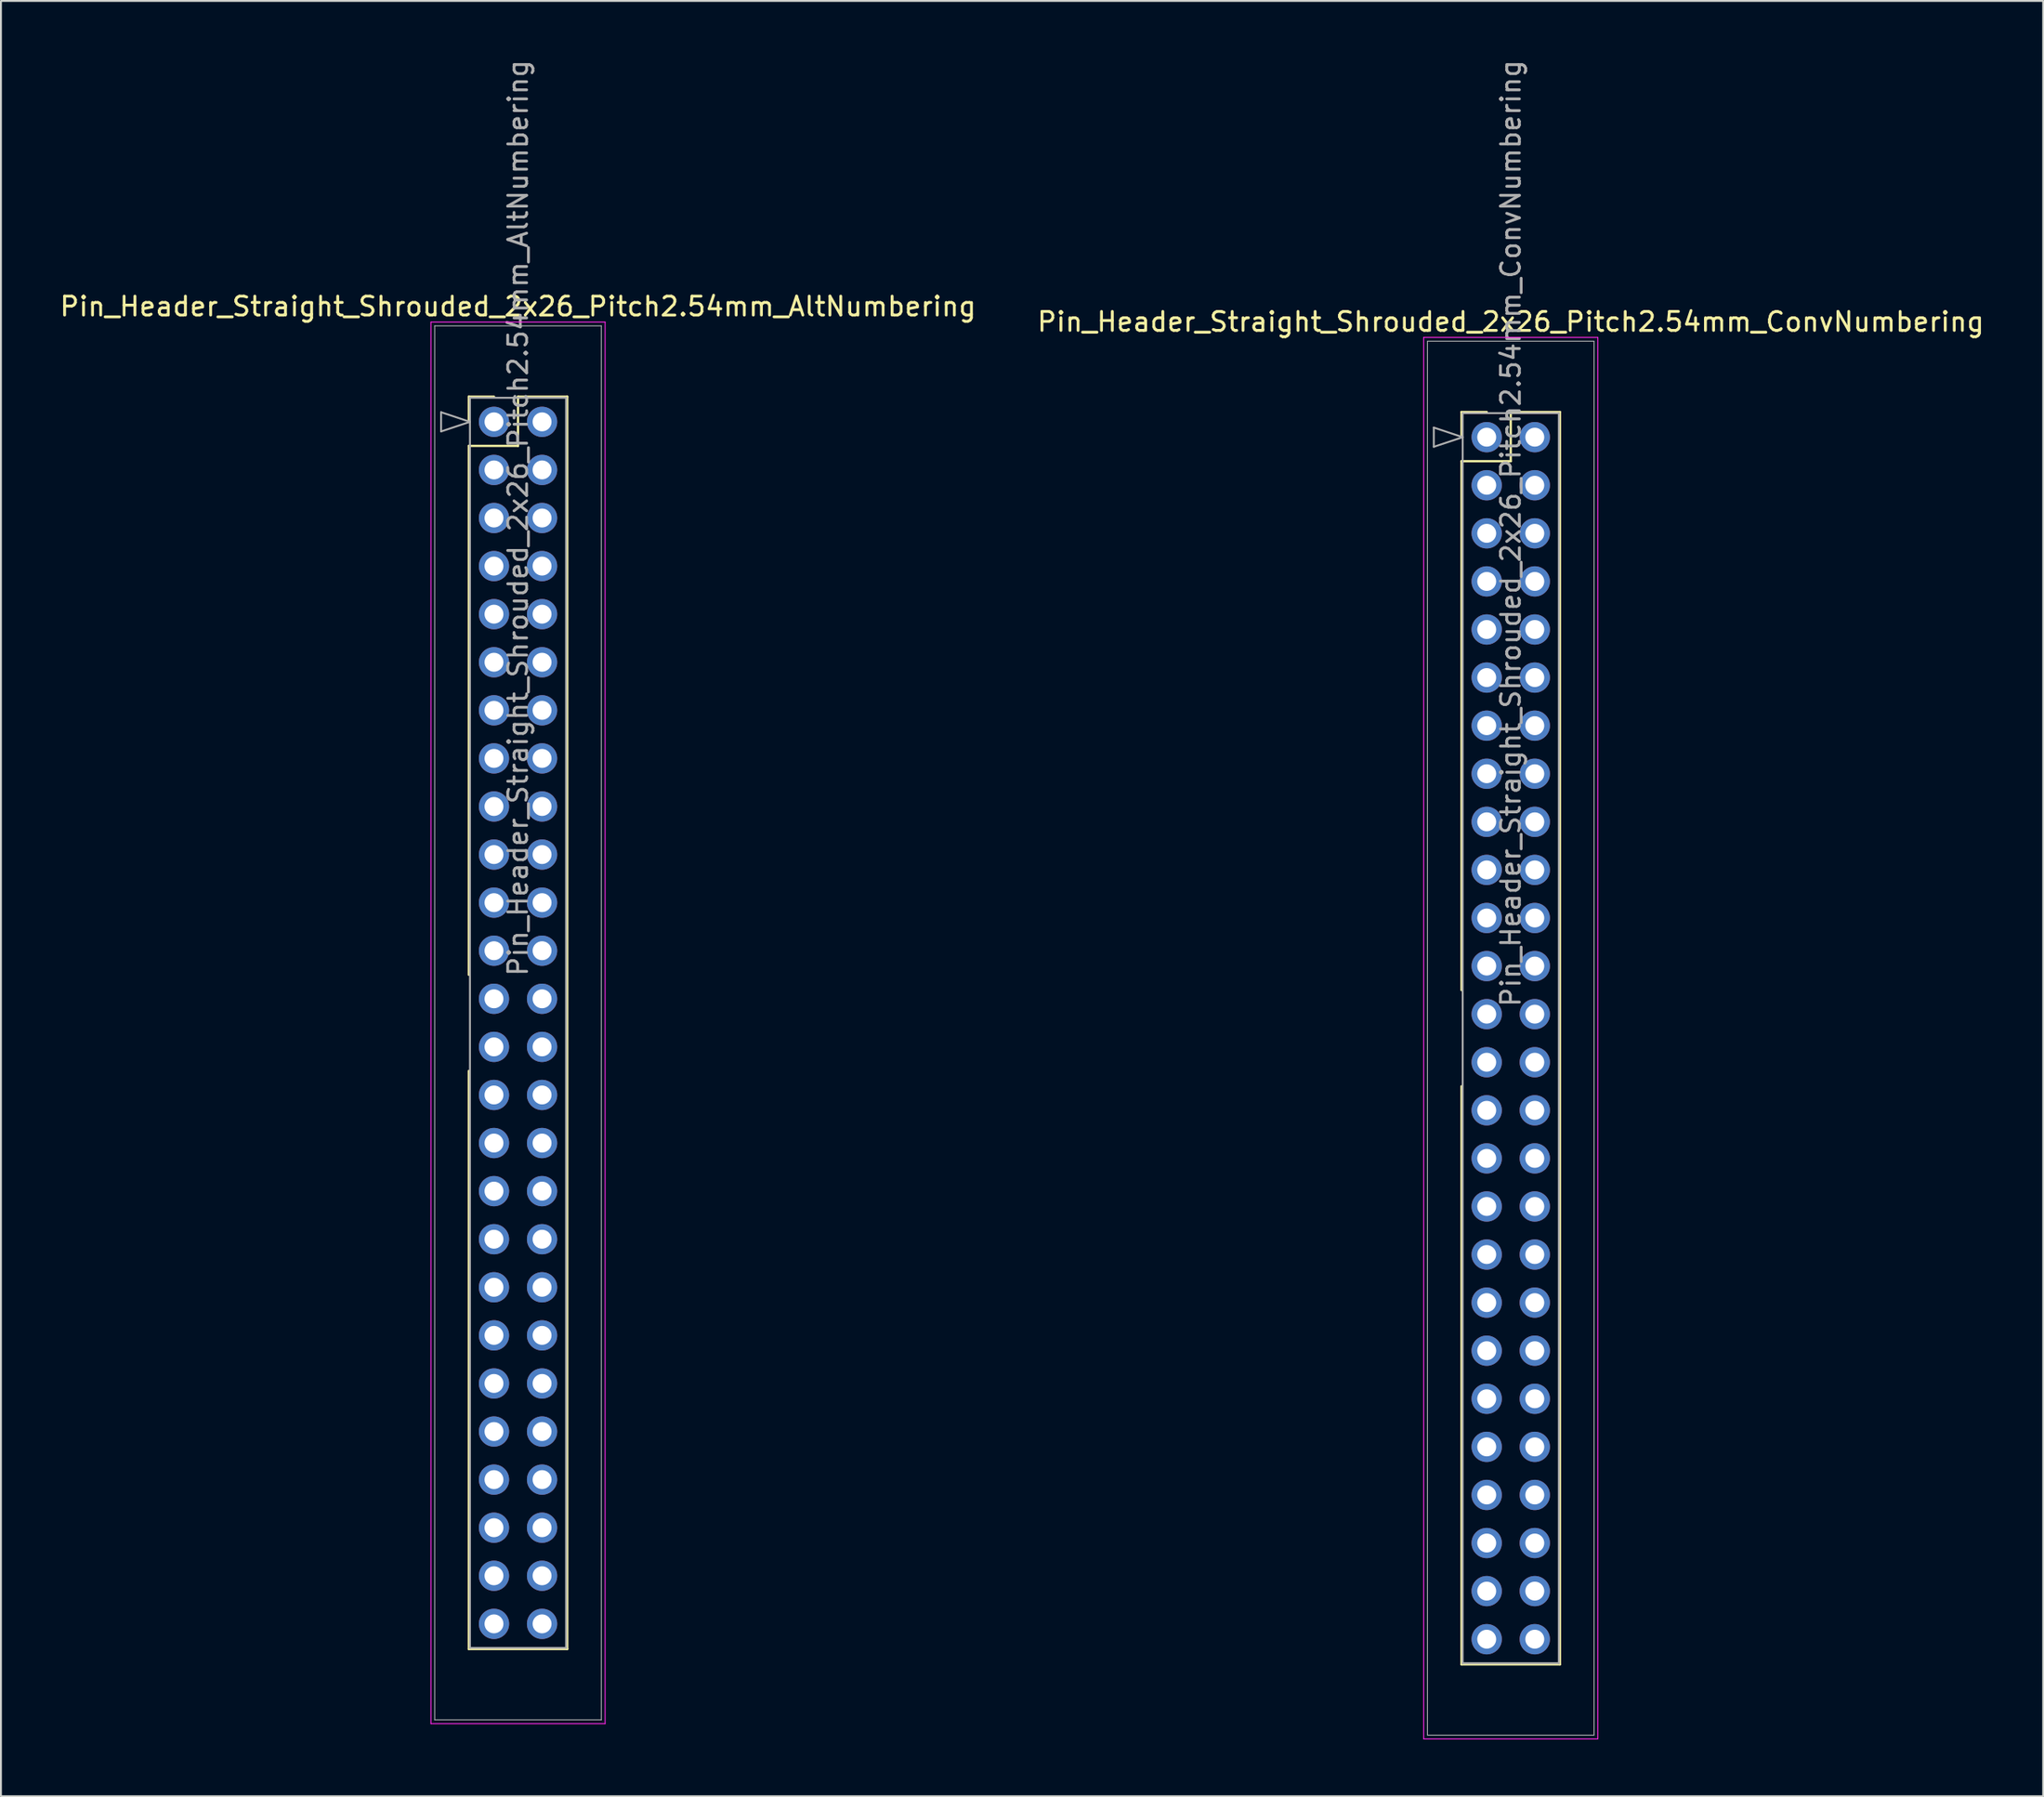
<source format=kicad_pcb>
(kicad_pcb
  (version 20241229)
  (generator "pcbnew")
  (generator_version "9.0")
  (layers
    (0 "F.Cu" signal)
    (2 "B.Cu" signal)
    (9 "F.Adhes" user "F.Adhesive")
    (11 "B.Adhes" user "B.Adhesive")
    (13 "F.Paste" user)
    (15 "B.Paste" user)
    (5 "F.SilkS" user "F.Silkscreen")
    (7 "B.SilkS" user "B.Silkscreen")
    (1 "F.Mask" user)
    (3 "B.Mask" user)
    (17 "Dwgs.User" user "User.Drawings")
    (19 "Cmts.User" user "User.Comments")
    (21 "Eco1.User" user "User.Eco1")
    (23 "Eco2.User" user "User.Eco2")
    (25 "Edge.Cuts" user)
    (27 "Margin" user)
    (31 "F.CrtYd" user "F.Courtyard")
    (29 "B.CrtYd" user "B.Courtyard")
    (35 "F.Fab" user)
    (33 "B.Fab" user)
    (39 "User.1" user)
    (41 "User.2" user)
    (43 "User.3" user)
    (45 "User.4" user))
  (footprint "Pin_Header_Straight_Shrouded_2x26_Pitch2.54mm_ConvNumbering"
    (layer "F.Cu")
    (at 75.486 20.045)
    (property "Reference" "Pin_Header_Straight_Shrouded_2x26_Pitch2.54mm_ConvNumbering" (at 1.27 -6.096 0) (layer "F.SilkS") (effects (font (size 1 1) (thickness 0.15))))
    (attr through_hole)
    (fp_line (start -1.33 -1.33) (end 0 -1.33) (stroke (width 0.12) (type solid)) (layer "F.SilkS"))
    (fp_line (start -1.33 0) (end -1.33 -1.33) (stroke (width 0.12) (type solid)) (layer "F.SilkS"))
    (fp_line (start -1.33 1.27) (end -1.33 29.21) (stroke (width 0.12) (type solid)) (layer "F.SilkS"))
    (fp_line (start -1.33 1.27) (end 1.27 1.27) (stroke (width 0.12) (type solid)) (layer "F.SilkS"))
    (fp_line (start -1.33 34.29) (end -1.33 64.83) (stroke (width 0.12) (type solid)) (layer "F.SilkS"))
    (fp_line (start -1.33 64.83) (end 3.87 64.83) (stroke (width 0.12) (type solid)) (layer "F.SilkS"))
    (fp_line (start 1.27 -1.33) (end 3.87 -1.33) (stroke (width 0.12) (type solid)) (layer "F.SilkS"))
    (fp_line (start 1.27 1.27) (end 1.27 -1.33) (stroke (width 0.12) (type solid)) (layer "F.SilkS"))
    (fp_line (start 3.87 -1.33) (end 3.87 64.83) (stroke (width 0.12) (type solid)) (layer "F.SilkS"))
    (fp_line (start -3.33 -5.27) (end -3.33 68.77) (stroke (width 0.05) (type solid)) (layer "F.CrtYd"))
    (fp_line (start -3.33 68.77) (end 5.87 68.77) (stroke (width 0.05) (type solid)) (layer "F.CrtYd"))
    (fp_line (start 5.87 -5.27) (end -3.33 -5.27) (stroke (width 0.05) (type solid)) (layer "F.CrtYd"))
    (fp_line (start 5.87 68.77) (end 5.87 -5.27) (stroke (width 0.05) (type solid)) (layer "F.CrtYd"))
    (fp_line (start -3.13 -5.07) (end -3.13 68.57) (stroke (width 0.05) (type solid)) (layer "F.Fab"))
    (fp_line (start -3.13 68.57) (end 5.67 68.57) (stroke (width 0.05) (type solid)) (layer "F.Fab"))
    (fp_line (start -2.794 -0.508) (end -1.27 0) (stroke (width 0.1) (type solid)) (layer "F.Fab"))
    (fp_line (start -2.794 0.508) (end -2.794 -0.508) (stroke (width 0.1) (type solid)) (layer "F.Fab"))
    (fp_line (start -1.27 -1.27) (end -1.27 64.77) (stroke (width 0.1) (type solid)) (layer "F.Fab"))
    (fp_line (start -1.27 0) (end -2.794 0.508) (stroke (width 0.1) (type solid)) (layer "F.Fab"))
    (fp_line (start -1.27 64.77) (end 3.81 64.77) (stroke (width 0.1) (type solid)) (layer "F.Fab"))
    (fp_line (start 3.81 -1.27) (end -1.27 -1.27) (stroke (width 0.1) (type solid)) (layer "F.Fab"))
    (fp_line (start 3.81 64.77) (end 3.81 -1.27) (stroke (width 0.1) (type solid)) (layer "F.Fab"))
    (fp_line (start 5.67 -5.07) (end -3.13 -5.07) (stroke (width 0.05) (type solid)) (layer "F.Fab"))
    (fp_line (start 5.67 68.57) (end 5.67 -5.07) (stroke (width 0.05) (type solid)) (layer "F.Fab"))
    (fp_text user "${REFERENCE}" (at 1.27 5.08 90) (layer "F.Fab") (effects (font (size 1 1) (thickness 0.15))))
    (pad "1" thru_hole oval (at 0 0) (size 1.6 1.6) (drill 1) (layers "*.Cu" "*.Mask"))
    (pad "2" thru_hole oval (at 2.54 0) (size 1.6 1.6) (drill 1) (layers "*.Cu" "*.Mask"))
    (pad "3" thru_hole oval (at 0 2.54) (size 1.6 1.6) (drill 1) (layers "*.Cu" "*.Mask"))
    (pad "4" thru_hole oval (at 2.54 2.54) (size 1.6 1.6) (drill 1) (layers "*.Cu" "*.Mask"))
    (pad "5" thru_hole oval (at 0 5.08) (size 1.6 1.6) (drill 1) (layers "*.Cu" "*.Mask"))
    (pad "6" thru_hole oval (at 2.54 5.08) (size 1.6 1.6) (drill 1) (layers "*.Cu" "*.Mask"))
    (pad "7" thru_hole oval (at 0 7.62) (size 1.6 1.6) (drill 1) (layers "*.Cu" "*.Mask"))
    (pad "8" thru_hole oval (at 2.54 7.62) (size 1.6 1.6) (drill 1) (layers "*.Cu" "*.Mask"))
    (pad "9" thru_hole oval (at 0 10.16) (size 1.6 1.6) (drill 1) (layers "*.Cu" "*.Mask"))
    (pad "10" thru_hole oval (at 2.54 10.16) (size 1.6 1.6) (drill 1) (layers "*.Cu" "*.Mask"))
    (pad "11" thru_hole oval (at 0 12.7) (size 1.6 1.6) (drill 1) (layers "*.Cu" "*.Mask"))
    (pad "12" thru_hole oval (at 2.54 12.7) (size 1.6 1.6) (drill 1) (layers "*.Cu" "*.Mask"))
    (pad "13" thru_hole oval (at 0 15.24) (size 1.6 1.6) (drill 1) (layers "*.Cu" "*.Mask"))
    (pad "14" thru_hole oval (at 2.54 15.24) (size 1.6 1.6) (drill 1) (layers "*.Cu" "*.Mask"))
    (pad "15" thru_hole oval (at 0 17.78) (size 1.6 1.6) (drill 1) (layers "*.Cu" "*.Mask"))
    (pad "16" thru_hole oval (at 2.54 17.78) (size 1.6 1.6) (drill 1) (layers "*.Cu" "*.Mask"))
    (pad "17" thru_hole oval (at 0 20.32) (size 1.6 1.6) (drill 1) (layers "*.Cu" "*.Mask"))
    (pad "18" thru_hole oval (at 2.54 20.32) (size 1.6 1.6) (drill 1) (layers "*.Cu" "*.Mask"))
    (pad "19" thru_hole oval (at 0 22.86) (size 1.6 1.6) (drill 1) (layers "*.Cu" "*.Mask"))
    (pad "20" thru_hole oval (at 2.54 22.86) (size 1.6 1.6) (drill 1) (layers "*.Cu" "*.Mask"))
    (pad "21" thru_hole oval (at 0 25.4) (size 1.6 1.6) (drill 1) (layers "*.Cu" "*.Mask"))
    (pad "22" thru_hole oval (at 2.54 25.4) (size 1.6 1.6) (drill 1) (layers "*.Cu" "*.Mask"))
    (pad "23" thru_hole oval (at 0 27.94) (size 1.6 1.6) (drill 1) (layers "*.Cu" "*.Mask"))
    (pad "24" thru_hole oval (at 2.54 27.94) (size 1.6 1.6) (drill 1) (layers "*.Cu" "*.Mask"))
    (pad "25" thru_hole oval (at 0 30.48) (size 1.6 1.6) (drill 1) (layers "*.Cu" "*.Mask"))
    (pad "26" thru_hole oval (at 2.54 30.48) (size 1.6 1.6) (drill 1) (layers "*.Cu" "*.Mask"))
    (pad "27" thru_hole oval (at 0 33.02) (size 1.6 1.6) (drill 1) (layers "*.Cu" "*.Mask"))
    (pad "28" thru_hole oval (at 2.54 33.02) (size 1.6 1.6) (drill 1) (layers "*.Cu" "*.Mask"))
    (pad "29" thru_hole oval (at 0 35.56) (size 1.6 1.6) (drill 1) (layers "*.Cu" "*.Mask"))
    (pad "30" thru_hole oval (at 2.54 35.56) (size 1.6 1.6) (drill 1) (layers "*.Cu" "*.Mask"))
    (pad "31" thru_hole oval (at 0 38.1) (size 1.6 1.6) (drill 1) (layers "*.Cu" "*.Mask"))
    (pad "32" thru_hole oval (at 2.54 38.1) (size 1.6 1.6) (drill 1) (layers "*.Cu" "*.Mask"))
    (pad "33" thru_hole oval (at 0 40.64) (size 1.6 1.6) (drill 1) (layers "*.Cu" "*.Mask"))
    (pad "34" thru_hole oval (at 2.54 40.64) (size 1.6 1.6) (drill 1) (layers "*.Cu" "*.Mask"))
    (pad "35" thru_hole oval (at 0 43.18) (size 1.6 1.6) (drill 1) (layers "*.Cu" "*.Mask"))
    (pad "36" thru_hole oval (at 2.54 43.18) (size 1.6 1.6) (drill 1) (layers "*.Cu" "*.Mask"))
    (pad "37" thru_hole oval (at 0 45.72) (size 1.6 1.6) (drill 1) (layers "*.Cu" "*.Mask"))
    (pad "38" thru_hole oval (at 2.54 45.72) (size 1.6 1.6) (drill 1) (layers "*.Cu" "*.Mask"))
    (pad "39" thru_hole oval (at 0 48.26) (size 1.6 1.6) (drill 1) (layers "*.Cu" "*.Mask"))
    (pad "40" thru_hole oval (at 2.54 48.26) (size 1.6 1.6) (drill 1) (layers "*.Cu" "*.Mask"))
    (pad "41" thru_hole oval (at 0 50.8) (size 1.6 1.6) (drill 1) (layers "*.Cu" "*.Mask"))
    (pad "42" thru_hole oval (at 2.54 50.8) (size 1.6 1.6) (drill 1) (layers "*.Cu" "*.Mask"))
    (pad "43" thru_hole oval (at 0 53.34) (size 1.6 1.6) (drill 1) (layers "*.Cu" "*.Mask"))
    (pad "44" thru_hole oval (at 2.54 53.34) (size 1.6 1.6) (drill 1) (layers "*.Cu" "*.Mask"))
    (pad "45" thru_hole oval (at 0 55.88) (size 1.6 1.6) (drill 1) (layers "*.Cu" "*.Mask"))
    (pad "46" thru_hole oval (at 2.54 55.88) (size 1.6 1.6) (drill 1) (layers "*.Cu" "*.Mask"))
    (pad "47" thru_hole oval (at 0 58.42) (size 1.6 1.6) (drill 1) (layers "*.Cu" "*.Mask"))
    (pad "48" thru_hole oval (at 2.54 58.42) (size 1.6 1.6) (drill 1) (layers "*.Cu" "*.Mask"))
    (pad "49" thru_hole oval (at 0 60.96) (size 1.6 1.6) (drill 1) (layers "*.Cu" "*.Mask"))
    (pad "50" thru_hole oval (at 2.54 60.96) (size 1.6 1.6) (drill 1) (layers "*.Cu" "*.Mask"))
    (pad "51" thru_hole oval (at 0 63.5) (size 1.6 1.6) (drill 1) (layers "*.Cu" "*.Mask"))
    (pad "52" thru_hole oval (at 2.54 63.5) (size 1.6 1.6) (drill 1) (layers "*.Cu" "*.Mask")))
  (footprint "Pin_Header_Straight_Shrouded_2x26_Pitch2.54mm_AltNumbering"
    (layer "F.Cu")
    (at 23.045 19.235)
    (property "Reference" "Pin_Header_Straight_Shrouded_2x26_Pitch2.54mm_AltNumbering" (at 1.27 -6.096 0) (layer "F.SilkS") (effects (font (size 1 1) (thickness 0.15))))
    (attr through_hole)
    (fp_line (start -1.33 -1.33) (end 0 -1.33) (stroke (width 0.12) (type solid)) (layer "F.SilkS"))
    (fp_line (start -1.33 0) (end -1.33 -1.33) (stroke (width 0.12) (type solid)) (layer "F.SilkS"))
    (fp_line (start -1.33 1.27) (end -1.33 29.21) (stroke (width 0.12) (type solid)) (layer "F.SilkS"))
    (fp_line (start -1.33 1.27) (end 1.27 1.27) (stroke (width 0.12) (type solid)) (layer "F.SilkS"))
    (fp_line (start -1.33 34.29) (end -1.33 64.83) (stroke (width 0.12) (type solid)) (layer "F.SilkS"))
    (fp_line (start -1.33 64.83) (end 3.87 64.83) (stroke (width 0.12) (type solid)) (layer "F.SilkS"))
    (fp_line (start 1.27 -1.33) (end 3.87 -1.33) (stroke (width 0.12) (type solid)) (layer "F.SilkS"))
    (fp_line (start 1.27 1.27) (end 1.27 -1.33) (stroke (width 0.12) (type solid)) (layer "F.SilkS"))
    (fp_line (start 3.87 -1.33) (end 3.87 64.83) (stroke (width 0.12) (type solid)) (layer "F.SilkS"))
    (fp_line (start -3.33 -5.27) (end -3.33 68.77) (stroke (width 0.05) (type solid)) (layer "F.CrtYd"))
    (fp_line (start -3.33 68.77) (end 5.87 68.77) (stroke (width 0.05) (type solid)) (layer "F.CrtYd"))
    (fp_line (start 5.87 -5.27) (end -3.33 -5.27) (stroke (width 0.05) (type solid)) (layer "F.CrtYd"))
    (fp_line (start 5.87 68.77) (end 5.87 -5.27) (stroke (width 0.05) (type solid)) (layer "F.CrtYd"))
    (fp_line (start -3.13 -5.07) (end -3.13 68.57) (stroke (width 0.05) (type solid)) (layer "F.Fab"))
    (fp_line (start -3.13 68.57) (end 5.67 68.57) (stroke (width 0.05) (type solid)) (layer "F.Fab"))
    (fp_line (start -2.794 -0.508) (end -1.27 0) (stroke (width 0.1) (type solid)) (layer "F.Fab"))
    (fp_line (start -2.794 0.508) (end -2.794 -0.508) (stroke (width 0.1) (type solid)) (layer "F.Fab"))
    (fp_line (start -1.27 -1.27) (end -1.27 64.77) (stroke (width 0.1) (type solid)) (layer "F.Fab"))
    (fp_line (start -1.27 0) (end -2.794 0.508) (stroke (width 0.1) (type solid)) (layer "F.Fab"))
    (fp_line (start -1.27 64.77) (end 3.81 64.77) (stroke (width 0.1) (type solid)) (layer "F.Fab"))
    (fp_line (start 3.81 -1.27) (end -1.27 -1.27) (stroke (width 0.1) (type solid)) (layer "F.Fab"))
    (fp_line (start 3.81 64.77) (end 3.81 -1.27) (stroke (width 0.1) (type solid)) (layer "F.Fab"))
    (fp_line (start 5.67 -5.07) (end -3.13 -5.07) (stroke (width 0.05) (type solid)) (layer "F.Fab"))
    (fp_line (start 5.67 68.57) (end 5.67 -5.07) (stroke (width 0.05) (type solid)) (layer "F.Fab"))
    (fp_text user "${REFERENCE}" (at 1.27 5.08 90) (layer "F.Fab") (effects (font (size 1 1) (thickness 0.15))))
    (pad "1" thru_hole oval (at 0 0) (size 1.6 1.6) (drill 1) (layers "*.Cu" "*.Mask"))
    (pad "2" thru_hole oval (at 0 2.54) (size 1.6 1.6) (drill 1) (layers "*.Cu" "*.Mask"))
    (pad "3" thru_hole oval (at 0 5.08) (size 1.6 1.6) (drill 1) (layers "*.Cu" "*.Mask"))
    (pad "4" thru_hole oval (at 0 7.62) (size 1.6 1.6) (drill 1) (layers "*.Cu" "*.Mask"))
    (pad "5" thru_hole oval (at 0 10.16) (size 1.6 1.6) (drill 1) (layers "*.Cu" "*.Mask"))
    (pad "6" thru_hole oval (at 0 12.7) (size 1.6 1.6) (drill 1) (layers "*.Cu" "*.Mask"))
    (pad "7" thru_hole oval (at 0 15.24) (size 1.6 1.6) (drill 1) (layers "*.Cu" "*.Mask"))
    (pad "8" thru_hole oval (at 0 17.78) (size 1.6 1.6) (drill 1) (layers "*.Cu" "*.Mask"))
    (pad "9" thru_hole oval (at 0 20.32) (size 1.6 1.6) (drill 1) (layers "*.Cu" "*.Mask"))
    (pad "10" thru_hole oval (at 0 22.86) (size 1.6 1.6) (drill 1) (layers "*.Cu" "*.Mask"))
    (pad "11" thru_hole oval (at 0 25.4) (size 1.6 1.6) (drill 1) (layers "*.Cu" "*.Mask"))
    (pad "12" thru_hole oval (at 0 27.94) (size 1.6 1.6) (drill 1) (layers "*.Cu" "*.Mask"))
    (pad "13" thru_hole oval (at 0 30.48) (size 1.6 1.6) (drill 1) (layers "*.Cu" "*.Mask"))
    (pad "14" thru_hole oval (at 0 33.02) (size 1.6 1.6) (drill 1) (layers "*.Cu" "*.Mask"))
    (pad "15" thru_hole oval (at 0 35.56) (size 1.6 1.6) (drill 1) (layers "*.Cu" "*.Mask"))
    (pad "16" thru_hole oval (at 0 38.1) (size 1.6 1.6) (drill 1) (layers "*.Cu" "*.Mask"))
    (pad "17" thru_hole oval (at 0 40.64) (size 1.6 1.6) (drill 1) (layers "*.Cu" "*.Mask"))
    (pad "18" thru_hole oval (at 0 43.18) (size 1.6 1.6) (drill 1) (layers "*.Cu" "*.Mask"))
    (pad "19" thru_hole oval (at 0 45.72) (size 1.6 1.6) (drill 1) (layers "*.Cu" "*.Mask"))
    (pad "20" thru_hole oval (at 0 48.26) (size 1.6 1.6) (drill 1) (layers "*.Cu" "*.Mask"))
    (pad "21" thru_hole oval (at 0 50.8) (size 1.6 1.6) (drill 1) (layers "*.Cu" "*.Mask"))
    (pad "22" thru_hole oval (at 0 53.34) (size 1.6 1.6) (drill 1) (layers "*.Cu" "*.Mask"))
    (pad "23" thru_hole oval (at 0 55.88) (size 1.6 1.6) (drill 1) (layers "*.Cu" "*.Mask"))
    (pad "24" thru_hole oval (at 0 58.42) (size 1.6 1.6) (drill 1) (layers "*.Cu" "*.Mask"))
    (pad "25" thru_hole oval (at 0 60.96) (size 1.6 1.6) (drill 1) (layers "*.Cu" "*.Mask"))
    (pad "26" thru_hole oval (at 0 63.5) (size 1.6 1.6) (drill 1) (layers "*.Cu" "*.Mask"))
    (pad "27" thru_hole oval (at 2.54 0) (size 1.6 1.6) (drill 1) (layers "*.Cu" "*.Mask"))
    (pad "28" thru_hole oval (at 2.54 2.54) (size 1.6 1.6) (drill 1) (layers "*.Cu" "*.Mask"))
    (pad "29" thru_hole oval (at 2.54 5.08) (size 1.6 1.6) (drill 1) (layers "*.Cu" "*.Mask"))
    (pad "30" thru_hole oval (at 2.54 7.62) (size 1.6 1.6) (drill 1) (layers "*.Cu" "*.Mask"))
    (pad "31" thru_hole oval (at 2.54 10.16) (size 1.6 1.6) (drill 1) (layers "*.Cu" "*.Mask"))
    (pad "32" thru_hole oval (at 2.54 12.7) (size 1.6 1.6) (drill 1) (layers "*.Cu" "*.Mask"))
    (pad "33" thru_hole oval (at 2.54 15.24) (size 1.6 1.6) (drill 1) (layers "*.Cu" "*.Mask"))
    (pad "34" thru_hole oval (at 2.54 17.78) (size 1.6 1.6) (drill 1) (layers "*.Cu" "*.Mask"))
    (pad "35" thru_hole oval (at 2.54 20.32) (size 1.6 1.6) (drill 1) (layers "*.Cu" "*.Mask"))
    (pad "36" thru_hole oval (at 2.54 22.86) (size 1.6 1.6) (drill 1) (layers "*.Cu" "*.Mask"))
    (pad "37" thru_hole oval (at 2.54 25.4) (size 1.6 1.6) (drill 1) (layers "*.Cu" "*.Mask"))
    (pad "38" thru_hole oval (at 2.54 27.94) (size 1.6 1.6) (drill 1) (layers "*.Cu" "*.Mask"))
    (pad "39" thru_hole oval (at 2.54 30.48) (size 1.6 1.6) (drill 1) (layers "*.Cu" "*.Mask"))
    (pad "40" thru_hole oval (at 2.54 33.02) (size 1.6 1.6) (drill 1) (layers "*.Cu" "*.Mask"))
    (pad "41" thru_hole oval (at 2.54 35.56) (size 1.6 1.6) (drill 1) (layers "*.Cu" "*.Mask"))
    (pad "42" thru_hole oval (at 2.54 38.1) (size 1.6 1.6) (drill 1) (layers "*.Cu" "*.Mask"))
    (pad "43" thru_hole oval (at 2.54 40.64) (size 1.6 1.6) (drill 1) (layers "*.Cu" "*.Mask"))
    (pad "44" thru_hole oval (at 2.54 43.18) (size 1.6 1.6) (drill 1) (layers "*.Cu" "*.Mask"))
    (pad "45" thru_hole oval (at 2.54 45.72) (size 1.6 1.6) (drill 1) (layers "*.Cu" "*.Mask"))
    (pad "46" thru_hole oval (at 2.54 48.26) (size 1.6 1.6) (drill 1) (layers "*.Cu" "*.Mask"))
    (pad "47" thru_hole oval (at 2.54 50.8) (size 1.6 1.6) (drill 1) (layers "*.Cu" "*.Mask"))
    (pad "48" thru_hole oval (at 2.54 53.34) (size 1.6 1.6) (drill 1) (layers "*.Cu" "*.Mask"))
    (pad "49" thru_hole oval (at 2.54 55.88) (size 1.6 1.6) (drill 1) (layers "*.Cu" "*.Mask"))
    (pad "50" thru_hole oval (at 2.54 58.42) (size 1.6 1.6) (drill 1) (layers "*.Cu" "*.Mask"))
    (pad "51" thru_hole oval (at 2.54 60.96) (size 1.6 1.6) (drill 1) (layers "*.Cu" "*.Mask"))
    (pad "52" thru_hole oval (at 2.54 63.5) (size 1.6 1.6) (drill 1) (layers "*.Cu" "*.Mask")))
  (gr_rect
    (start -3 -3)
    (end 104.881 91.84)
    (stroke (width 0.1) (type default))
    (fill no)
    (layer "Edge.Cuts")))
</source>
